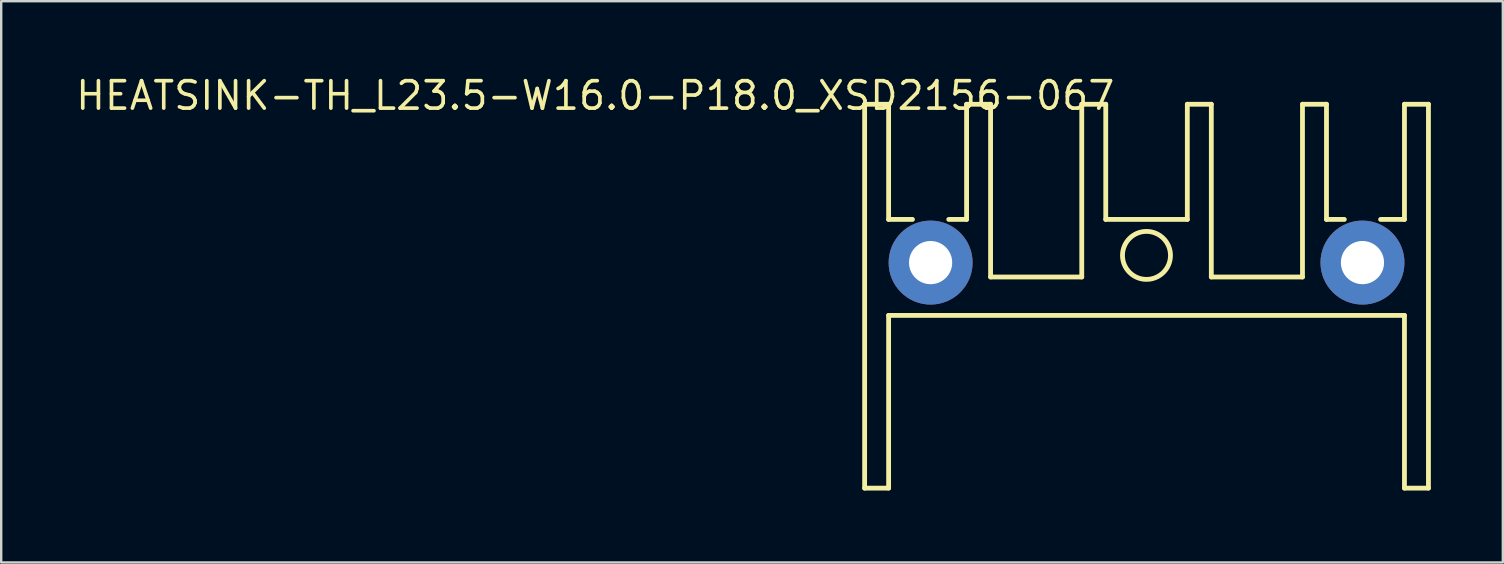
<source format=kicad_pcb>
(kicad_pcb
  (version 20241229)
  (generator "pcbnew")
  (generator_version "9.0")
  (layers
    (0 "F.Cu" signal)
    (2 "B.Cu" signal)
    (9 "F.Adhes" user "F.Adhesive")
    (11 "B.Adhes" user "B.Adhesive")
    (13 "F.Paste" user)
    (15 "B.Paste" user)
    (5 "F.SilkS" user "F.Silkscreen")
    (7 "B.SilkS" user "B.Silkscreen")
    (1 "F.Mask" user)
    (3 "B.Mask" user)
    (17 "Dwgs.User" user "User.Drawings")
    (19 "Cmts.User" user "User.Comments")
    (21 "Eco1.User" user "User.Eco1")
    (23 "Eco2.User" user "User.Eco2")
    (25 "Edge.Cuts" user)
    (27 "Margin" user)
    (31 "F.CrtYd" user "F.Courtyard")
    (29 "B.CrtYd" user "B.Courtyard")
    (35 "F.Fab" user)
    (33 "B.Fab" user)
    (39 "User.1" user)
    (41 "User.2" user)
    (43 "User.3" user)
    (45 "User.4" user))
  (footprint "HEATSINK-TH_L23.5-W16.0-P18.0_XSD2156-067"
    (layer "F.Cu")
    (at 44.738 7.895)
    (property "Reference" "HEATSINK-TH_L23.5-W16.0-P18.0_XSD2156-067" (at -1.24 -6.96 180) (layer "F.SilkS") (effects (font (size 1.143 1.143) (thickness 0.152)) (justify right)))
    (attr through_hole)
    (fp_line (start -11.75 -6.6) (end -11.75 9.4) (stroke (width 0.2) (type solid)) (layer "F.SilkS"))
    (fp_line (start -11.75 9.4) (end -10.75 9.4) (stroke (width 0.2) (type solid)) (layer "F.SilkS"))
    (fp_line (start -10.75 -6.6) (end -11.75 -6.6) (stroke (width 0.2) (type solid)) (layer "F.SilkS"))
    (fp_line (start -10.75 -1.8) (end -10.75 -6.6) (stroke (width 0.2) (type solid)) (layer "F.SilkS"))
    (fp_line (start -10.75 -1.8) (end -9.756 -1.8) (stroke (width 0.2) (type solid)) (layer "F.SilkS"))
    (fp_line (start -10.75 2.2) (end 10.75 2.2) (stroke (width 0.2) (type solid)) (layer "F.SilkS"))
    (fp_line (start -10.75 9.4) (end -10.75 2.2) (stroke (width 0.2) (type solid)) (layer "F.SilkS"))
    (fp_line (start -8.244 -1.8) (end -7.5 -1.8) (stroke (width 0.2) (type solid)) (layer "F.SilkS"))
    (fp_line (start -7.5 -6.6) (end -7.5 -1.8) (stroke (width 0.2) (type solid)) (layer "F.SilkS"))
    (fp_line (start -6.5 -6.6) (end -7.5 -6.6) (stroke (width 0.2) (type solid)) (layer "F.SilkS"))
    (fp_line (start -6.5 0.6) (end -6.5 -6.6) (stroke (width 0.2) (type solid)) (layer "F.SilkS"))
    (fp_line (start -2.7 -6.6) (end -2.7 0.6) (stroke (width 0.2) (type solid)) (layer "F.SilkS"))
    (fp_line (start -2.7 0.6) (end -6.5 0.6) (stroke (width 0.2) (type solid)) (layer "F.SilkS"))
    (fp_line (start -1.7 -6.6) (end -2.7 -6.6) (stroke (width 0.2) (type solid)) (layer "F.SilkS"))
    (fp_line (start -1.7 -1.8) (end -1.7 -6.6) (stroke (width 0.2) (type solid)) (layer "F.SilkS"))
    (fp_line (start 1.7 -6.6) (end 1.7 -1.8) (stroke (width 0.2) (type solid)) (layer "F.SilkS"))
    (fp_line (start 1.7 -1.8) (end -1.7 -1.8) (stroke (width 0.2) (type solid)) (layer "F.SilkS"))
    (fp_line (start 2.7 -6.6) (end 1.7 -6.6) (stroke (width 0.2) (type solid)) (layer "F.SilkS"))
    (fp_line (start 2.7 0.6) (end 2.7 -6.6) (stroke (width 0.2) (type solid)) (layer "F.SilkS"))
    (fp_line (start 6.5 -6.6) (end 6.5 0.6) (stroke (width 0.2) (type solid)) (layer "F.SilkS"))
    (fp_line (start 6.5 0.6) (end 2.7 0.6) (stroke (width 0.2) (type solid)) (layer "F.SilkS"))
    (fp_line (start 7.5 -6.6) (end 6.5 -6.6) (stroke (width 0.2) (type solid)) (layer "F.SilkS"))
    (fp_line (start 7.5 -1.8) (end 7.5 -6.6) (stroke (width 0.2) (type solid)) (layer "F.SilkS"))
    (fp_line (start 7.5 -1.8) (end 8.244 -1.8) (stroke (width 0.2) (type solid)) (layer "F.SilkS"))
    (fp_line (start 9.756 -1.8) (end 10.75 -1.8) (stroke (width 0.2) (type solid)) (layer "F.SilkS"))
    (fp_line (start 10.75 -6.6) (end 10.75 -1.8) (stroke (width 0.2) (type solid)) (layer "F.SilkS"))
    (fp_line (start 10.75 2.2) (end 10.75 9.4) (stroke (width 0.2) (type solid)) (layer "F.SilkS"))
    (fp_line (start 10.75 9.4) (end 11.75 9.4) (stroke (width 0.2) (type solid)) (layer "F.SilkS"))
    (fp_line (start 11.75 -6.6) (end 10.75 -6.6) (stroke (width 0.2) (type solid)) (layer "F.SilkS"))
    (fp_line (start 11.75 9.4) (end 11.75 -6.6) (stroke (width 0.2) (type solid)) (layer "F.SilkS"))
    (fp_arc (start -0.005 0.7) (mid -0.003528 -1.300002) (end 0.000236 0.699997) (stroke (width 0.2) (type solid)) (layer "F.SilkS"))
    (pad "1" thru_hole circle (at -9 0) (size 3.5 3.5) (drill 1.8) (layers "*.Cu" "*.Paste" "*.Mask"))
    (pad "2" thru_hole circle (at 9 0) (size 3.5 3.5) (drill 1.8) (layers "*.Cu" "*.Paste" "*.Mask")))
  (gr_rect
    (start -3 -3)
    (end 59.588 20.395)
    (stroke (width 0.1) (type default))
    (fill no)
    (layer "Edge.Cuts")))
</source>
